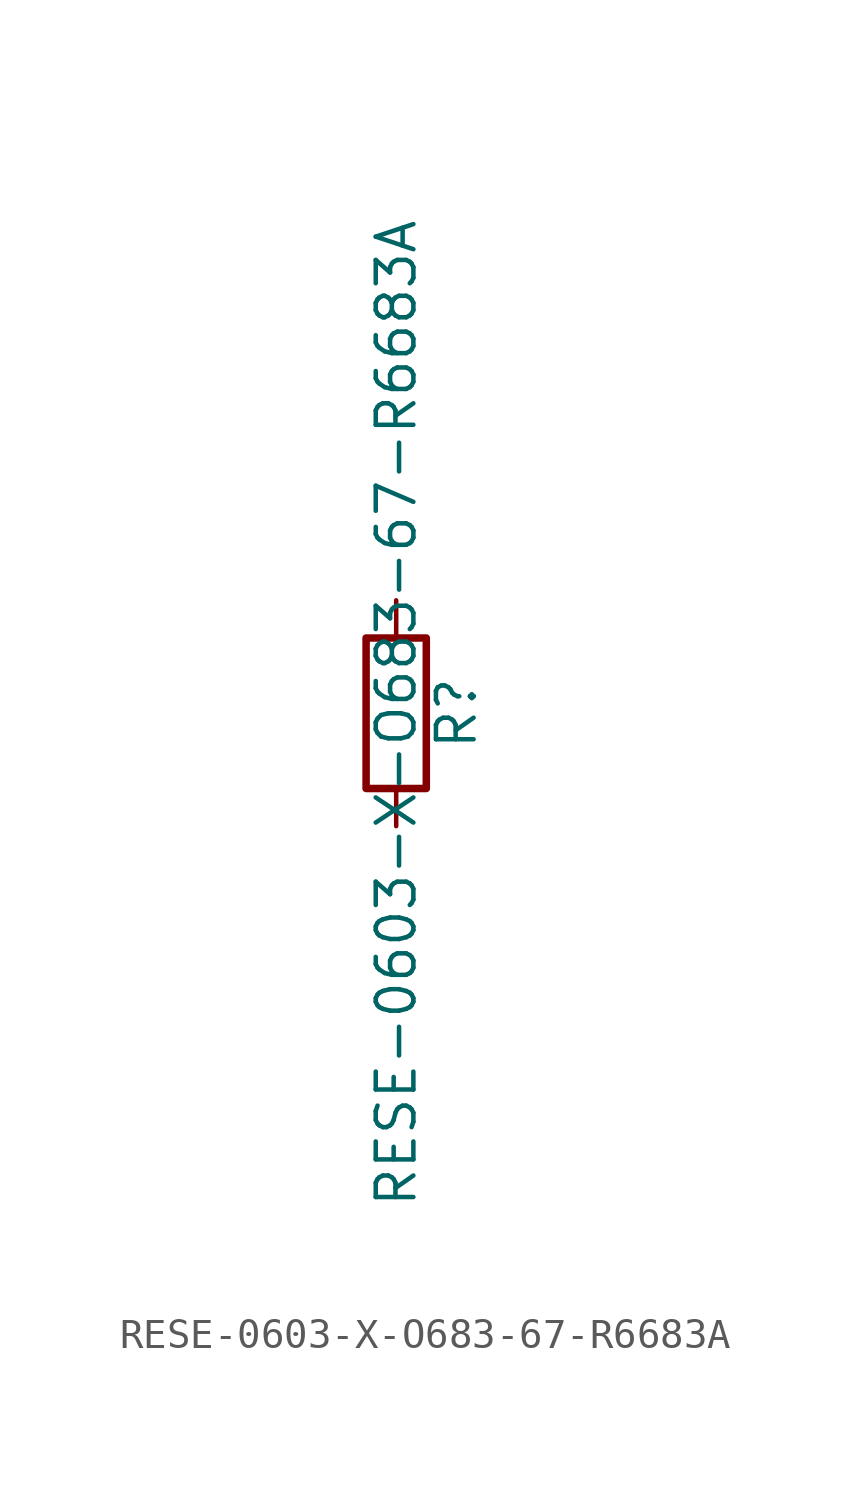
<source format=kicad_sym>
(kicad_symbol_lib
  (version 20211014)
  (generator kicad_symbol_editor)
  (symbol "RESE-0603-X-O683-67-R6683A"
    (pin_numbers hide)
    (pin_names
      (offset 0))
    (property "Reference" "R"
      (at 2.032 0 90)
      (effects (font (size 1.27 1.27))))
    (property "Value" "RESE-0603-X-O683-67-R6683A"
      (at 0 0 90)
      (effects (font (size 1.27 1.27))))
    (symbol "RESE-0603-X-O683-67-R6683A_0_1"
      (rectangle (start -1.016 -2.54) (end 1.016 2.54) (stroke (width 0.254) (type default) (color 0 0 0 0)) (fill (type none))))
    (symbol "RESE-0603-X-O683-67-R6683A_1_1"
      (pin passive line (at 0 3.81 270) (length 1.27) (name "~" (effects (font (size 1.27 1.27)))) (number "1" (effects (font (size 1.27 1.27)))))
      (pin passive line (at 0 -3.81 90) (length 1.27) (name "~" (effects (font (size 1.27 1.27)))) (number "2" (effects (font (size 1.27 1.27))))))))
</source>
